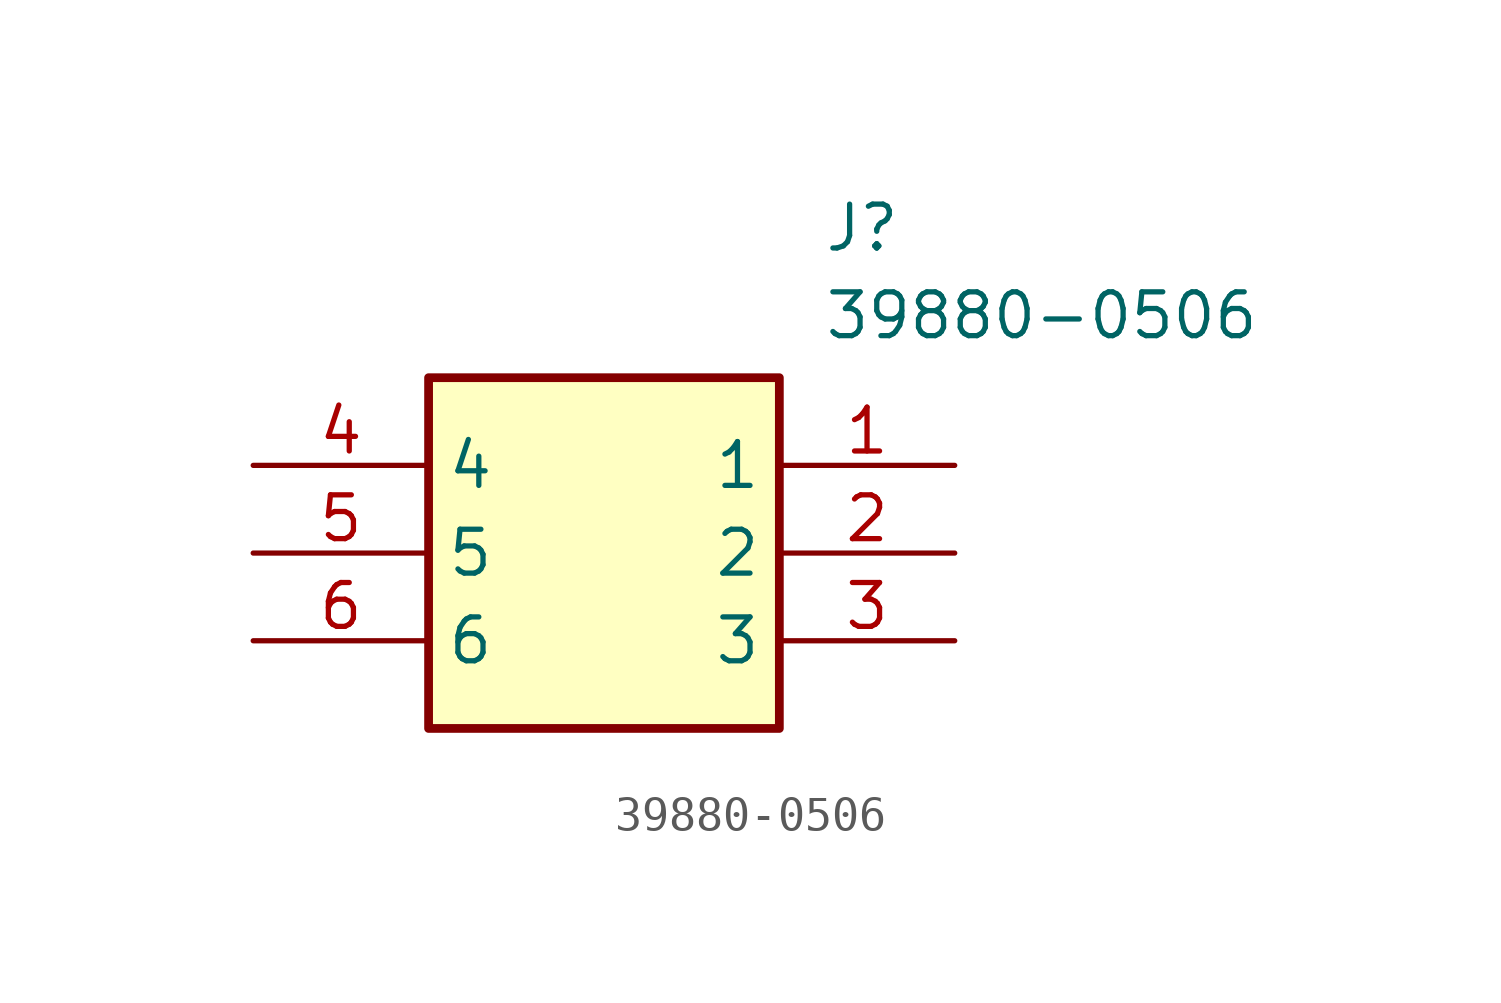
<source format=kicad_sym>
(kicad_symbol_lib
  (version 20211014)
  (generator SamacSys_ECAD_Model)
  (symbol "39880-0506"
    (property "Reference" "J"
      (at 16.51 7.62 0)
      (effects (font (size 1.27 1.27)) (justify left top)))
    (property "Value" "39880-0506"
      (at 16.51 5.08 0)
      (effects (font (size 1.27 1.27)) (justify left top)))
    (rectangle
      (start 5.08 2.54)
      (end 15.24 -7.62)
      (stroke (width 0.254) (type default))
      (fill (type background)))
    (pin passive line
      (at 20.32 0 180)
      (length 5.08)
      (name "1" (effects (font (size 1.27 1.27))))
      (number "1" (effects (font (size 1.27 1.27)))))
    (pin passive line
      (at 20.32 -2.54 180)
      (length 5.08)
      (name "2" (effects (font (size 1.27 1.27))))
      (number "2" (effects (font (size 1.27 1.27)))))
    (pin passive line
      (at 20.32 -5.08 180)
      (length 5.08)
      (name "3" (effects (font (size 1.27 1.27))))
      (number "3" (effects (font (size 1.27 1.27)))))
    (pin passive line
      (at 0 0 0)
      (length 5.08)
      (name "4" (effects (font (size 1.27 1.27))))
      (number "4" (effects (font (size 1.27 1.27)))))
    (pin passive line
      (at 0 -2.54 0)
      (length 5.08)
      (name "5" (effects (font (size 1.27 1.27))))
      (number "5" (effects (font (size 1.27 1.27)))))
    (pin passive line
      (at 0 -5.08 0)
      (length 5.08)
      (name "6" (effects (font (size 1.27 1.27))))
      (number "6" (effects (font (size 1.27 1.27)))))))
</source>
